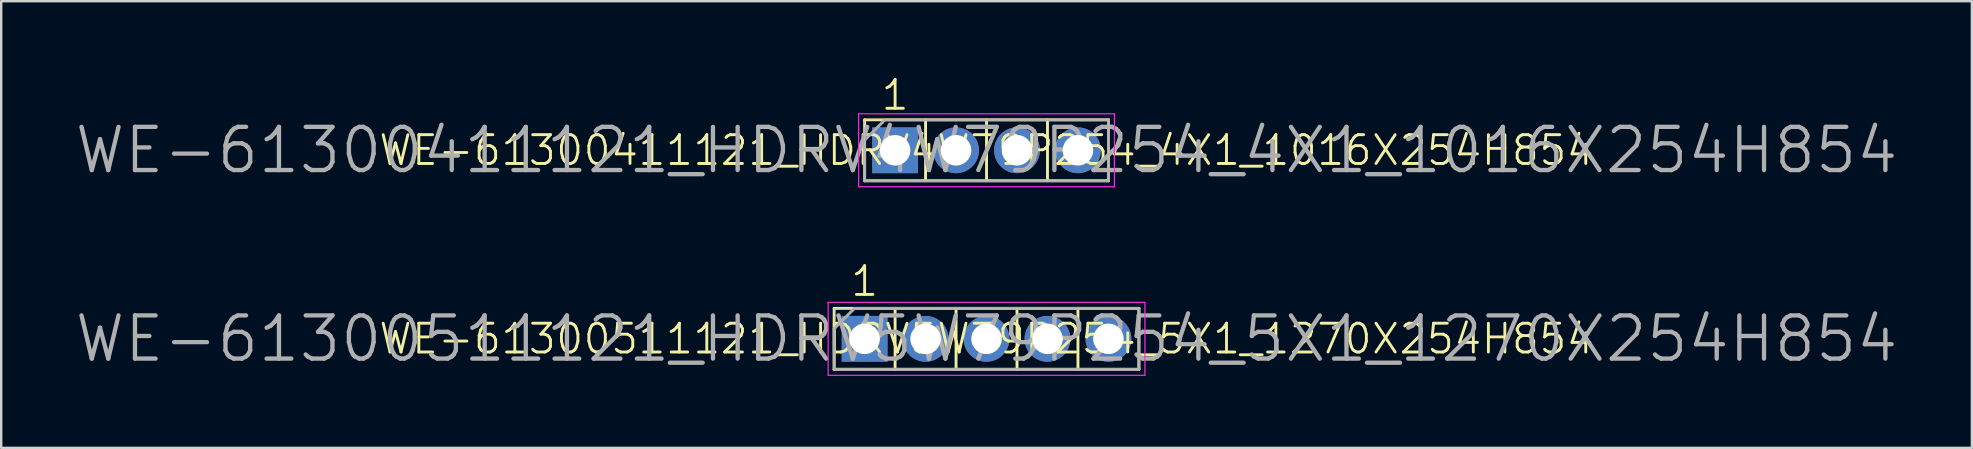
<source format=kicad_pcb>
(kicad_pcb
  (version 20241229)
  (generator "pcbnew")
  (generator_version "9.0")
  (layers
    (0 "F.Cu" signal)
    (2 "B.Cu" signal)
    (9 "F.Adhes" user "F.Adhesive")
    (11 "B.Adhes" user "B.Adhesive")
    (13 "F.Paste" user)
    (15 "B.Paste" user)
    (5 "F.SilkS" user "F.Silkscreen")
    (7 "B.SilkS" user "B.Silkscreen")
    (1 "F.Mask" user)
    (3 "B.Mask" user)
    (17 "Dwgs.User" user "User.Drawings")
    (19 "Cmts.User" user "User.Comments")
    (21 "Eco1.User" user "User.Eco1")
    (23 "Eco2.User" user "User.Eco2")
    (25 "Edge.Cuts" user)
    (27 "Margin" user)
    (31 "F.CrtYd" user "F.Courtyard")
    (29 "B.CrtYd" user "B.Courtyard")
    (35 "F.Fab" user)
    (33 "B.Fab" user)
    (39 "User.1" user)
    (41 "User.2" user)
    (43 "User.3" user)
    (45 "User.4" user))
  (footprint "WE-61300511121_HDRV5W79P254_5X1_1270X254H854"
    (layer "F.Cu")
    (at 32.981 11.07)
    (property "Reference" "WE-61300511121_HDRV5W79P254_5X1_1270X254H854" (at 5.08 0 0) (layer "F.SilkS") (effects (font (size 1.2 1.2) (thickness 0.12))))
    (attr through_hole)
    (fp_line (start -1.27 -1.27) (end 11.43 -1.27) (stroke (width 0.12) (type solid)) (layer "F.SilkS"))
    (fp_line (start -1.27 1.27) (end -1.27 -1.27) (stroke (width 0.12) (type solid)) (layer "F.SilkS"))
    (fp_line (start 1.27 1.27) (end 1.27 -1.27) (stroke (width 0.12) (type solid)) (layer "F.SilkS"))
    (fp_line (start 3.81 1.27) (end 3.81 -1.27) (stroke (width 0.12) (type solid)) (layer "F.SilkS"))
    (fp_line (start 6.35 1.27) (end 6.35 -1.27) (stroke (width 0.12) (type solid)) (layer "F.SilkS"))
    (fp_line (start 8.89 1.27) (end 8.89 -1.27) (stroke (width 0.12) (type solid)) (layer "F.SilkS"))
    (fp_line (start 11.43 -1.27) (end 11.43 1.27) (stroke (width 0.12) (type solid)) (layer "F.SilkS"))
    (fp_line (start 11.43 1.27) (end -1.27 1.27) (stroke (width 0.12) (type solid)) (layer "F.SilkS"))
    (fp_line (start -1.27 -1.27) (end 11.43 -1.27) (stroke (width 0.025) (type solid)) (layer "Dwgs.User"))
    (fp_line (start -1.27 1.27) (end -1.27 -1.27) (stroke (width 0.025) (type solid)) (layer "Dwgs.User"))
    (fp_line (start -0.395 -0.395) (end 0.395 -0.395) (stroke (width 0.025) (type solid)) (layer "Dwgs.User"))
    (fp_line (start -0.395 0.395) (end -0.395 -0.395) (stroke (width 0.025) (type solid)) (layer "Dwgs.User"))
    (fp_line (start 0.395 -0.395) (end 0.395 0.395) (stroke (width 0.025) (type solid)) (layer "Dwgs.User"))
    (fp_line (start 0.395 0.395) (end -0.395 0.395) (stroke (width 0.025) (type solid)) (layer "Dwgs.User"))
    (fp_line (start 2.145 -0.395) (end 2.935 -0.395) (stroke (width 0.025) (type solid)) (layer "Dwgs.User"))
    (fp_line (start 2.145 0.395) (end 2.145 -0.395) (stroke (width 0.025) (type solid)) (layer "Dwgs.User"))
    (fp_line (start 2.935 -0.395) (end 2.935 0.395) (stroke (width 0.025) (type solid)) (layer "Dwgs.User"))
    (fp_line (start 2.935 0.395) (end 2.145 0.395) (stroke (width 0.025) (type solid)) (layer "Dwgs.User"))
    (fp_line (start 4.685 -0.395) (end 5.475 -0.395) (stroke (width 0.025) (type solid)) (layer "Dwgs.User"))
    (fp_line (start 4.685 0.395) (end 4.685 -0.395) (stroke (width 0.025) (type solid)) (layer "Dwgs.User"))
    (fp_line (start 5.475 -0.395) (end 5.475 0.395) (stroke (width 0.025) (type solid)) (layer "Dwgs.User"))
    (fp_line (start 5.475 0.395) (end 4.685 0.395) (stroke (width 0.025) (type solid)) (layer "Dwgs.User"))
    (fp_line (start 7.225 -0.395) (end 8.015 -0.395) (stroke (width 0.025) (type solid)) (layer "Dwgs.User"))
    (fp_line (start 7.225 0.395) (end 7.225 -0.395) (stroke (width 0.025) (type solid)) (layer "Dwgs.User"))
    (fp_line (start 8.015 -0.395) (end 8.015 0.395) (stroke (width 0.025) (type solid)) (layer "Dwgs.User"))
    (fp_line (start 8.015 0.395) (end 7.225 0.395) (stroke (width 0.025) (type solid)) (layer "Dwgs.User"))
    (fp_line (start 9.765 -0.395) (end 10.555 -0.395) (stroke (width 0.025) (type solid)) (layer "Dwgs.User"))
    (fp_line (start 9.765 0.395) (end 9.765 -0.395) (stroke (width 0.025) (type solid)) (layer "Dwgs.User"))
    (fp_line (start 10.555 -0.395) (end 10.555 0.395) (stroke (width 0.025) (type solid)) (layer "Dwgs.User"))
    (fp_line (start 10.555 0.395) (end 9.765 0.395) (stroke (width 0.025) (type solid)) (layer "Dwgs.User"))
    (fp_line (start 11.43 -1.27) (end 11.43 1.27) (stroke (width 0.025) (type solid)) (layer "Dwgs.User"))
    (fp_line (start 11.43 1.27) (end -1.27 1.27) (stroke (width 0.025) (type solid)) (layer "Dwgs.User"))
    (fp_line (start -1.52 -1.52) (end 11.68 -1.52) (stroke (width 0.05) (type solid)) (layer "F.CrtYd"))
    (fp_line (start -1.52 1.52) (end -1.52 -1.52) (stroke (width 0.05) (type solid)) (layer "F.CrtYd"))
    (fp_line (start 0 -0.35) (end 0 0.35) (stroke (width 0.05) (type solid)) (layer "F.CrtYd"))
    (fp_line (start 0.35 0) (end -0.35 0) (stroke (width 0.05) (type solid)) (layer "F.CrtYd"))
    (fp_line (start 11.68 -1.52) (end 11.68 1.52) (stroke (width 0.05) (type solid)) (layer "F.CrtYd"))
    (fp_line (start 11.68 1.52) (end -1.52 1.52) (stroke (width 0.05) (type solid)) (layer "F.CrtYd"))
    (fp_circle (center 0 0) (end 0 0.25) (stroke (width 0.05) (type solid)) (fill no) (layer "F.CrtYd"))
    (fp_line (start -1.27 -0.423) (end -0.423 -1.27) (stroke (width 0.12) (type solid)) (layer "F.Fab"))
    (fp_line (start -1.27 1.27) (end -1.27 -0.423) (stroke (width 0.12) (type solid)) (layer "F.Fab"))
    (fp_line (start -0.423 -1.27) (end 11.43 -1.27) (stroke (width 0.12) (type solid)) (layer "F.Fab"))
    (fp_line (start 11.43 -1.27) (end 11.43 1.27) (stroke (width 0.12) (type solid)) (layer "F.Fab"))
    (fp_line (start 11.43 1.27) (end -1.27 1.27) (stroke (width 0.12) (type solid)) (layer "F.Fab"))
    (fp_text user "1" (at 0 -2.4 0) (layer "F.SilkS") (effects (font (size 1.2 1.2) (thickness 0.12))))
    (fp_text user "${REFERENCE}" (at 5.08 0 0) (layer "F.Fab") (effects (font (size 1.8 1.8) (thickness 0.18))))
    (pad "1" thru_hole rect (at 0 0) (size 1.91 1.91) (drill 1.27) (layers "*.Cu" "*.Mask"))
    (pad "2" thru_hole circle (at 2.54 0) (size 1.91 1.91) (drill 1.27) (layers "*.Cu" "*.Mask"))
    (pad "3" thru_hole circle (at 5.08 0) (size 1.91 1.91) (drill 1.27) (layers "*.Cu" "*.Mask"))
    (pad "4" thru_hole circle (at 7.62 0) (size 1.91 1.91) (drill 1.27) (layers "*.Cu" "*.Mask"))
    (pad "5" thru_hole circle (at 10.16 0) (size 1.91 1.91) (drill 1.27) (layers "*.Cu" "*.Mask")))
  (footprint "WE-61300411121_HDRV4W79P254_4X1_1016X254H854"
    (layer "F.Cu")
    (at 34.251 3.213)
    (property "Reference" "WE-61300411121_HDRV4W79P254_4X1_1016X254H854" (at 3.81 0 0) (layer "F.SilkS") (effects (font (size 1.2 1.2) (thickness 0.12))))
    (attr through_hole)
    (fp_line (start -1.27 -1.27) (end 8.89 -1.27) (stroke (width 0.12) (type solid)) (layer "F.SilkS"))
    (fp_line (start -1.27 1.27) (end -1.27 -1.27) (stroke (width 0.12) (type solid)) (layer "F.SilkS"))
    (fp_line (start 1.27 1.27) (end 1.27 -1.27) (stroke (width 0.12) (type solid)) (layer "F.SilkS"))
    (fp_line (start 3.81 1.27) (end 3.81 -1.27) (stroke (width 0.12) (type solid)) (layer "F.SilkS"))
    (fp_line (start 6.35 1.27) (end 6.35 -1.27) (stroke (width 0.12) (type solid)) (layer "F.SilkS"))
    (fp_line (start 8.89 -1.27) (end 8.89 1.27) (stroke (width 0.12) (type solid)) (layer "F.SilkS"))
    (fp_line (start 8.89 1.27) (end -1.27 1.27) (stroke (width 0.12) (type solid)) (layer "F.SilkS"))
    (fp_line (start -1.27 -1.27) (end 8.89 -1.27) (stroke (width 0.025) (type solid)) (layer "Dwgs.User"))
    (fp_line (start -1.27 1.27) (end -1.27 -1.27) (stroke (width 0.025) (type solid)) (layer "Dwgs.User"))
    (fp_line (start -0.395 -0.395) (end 0.395 -0.395) (stroke (width 0.025) (type solid)) (layer "Dwgs.User"))
    (fp_line (start -0.395 0.395) (end -0.395 -0.395) (stroke (width 0.025) (type solid)) (layer "Dwgs.User"))
    (fp_line (start 0.395 -0.395) (end 0.395 0.395) (stroke (width 0.025) (type solid)) (layer "Dwgs.User"))
    (fp_line (start 0.395 0.395) (end -0.395 0.395) (stroke (width 0.025) (type solid)) (layer "Dwgs.User"))
    (fp_line (start 2.145 -0.395) (end 2.935 -0.395) (stroke (width 0.025) (type solid)) (layer "Dwgs.User"))
    (fp_line (start 2.145 0.395) (end 2.145 -0.395) (stroke (width 0.025) (type solid)) (layer "Dwgs.User"))
    (fp_line (start 2.935 -0.395) (end 2.935 0.395) (stroke (width 0.025) (type solid)) (layer "Dwgs.User"))
    (fp_line (start 2.935 0.395) (end 2.145 0.395) (stroke (width 0.025) (type solid)) (layer "Dwgs.User"))
    (fp_line (start 4.685 -0.395) (end 5.475 -0.395) (stroke (width 0.025) (type solid)) (layer "Dwgs.User"))
    (fp_line (start 4.685 0.395) (end 4.685 -0.395) (stroke (width 0.025) (type solid)) (layer "Dwgs.User"))
    (fp_line (start 5.475 -0.395) (end 5.475 0.395) (stroke (width 0.025) (type solid)) (layer "Dwgs.User"))
    (fp_line (start 5.475 0.395) (end 4.685 0.395) (stroke (width 0.025) (type solid)) (layer "Dwgs.User"))
    (fp_line (start 7.225 -0.395) (end 8.015 -0.395) (stroke (width 0.025) (type solid)) (layer "Dwgs.User"))
    (fp_line (start 7.225 0.395) (end 7.225 -0.395) (stroke (width 0.025) (type solid)) (layer "Dwgs.User"))
    (fp_line (start 8.015 -0.395) (end 8.015 0.395) (stroke (width 0.025) (type solid)) (layer "Dwgs.User"))
    (fp_line (start 8.015 0.395) (end 7.225 0.395) (stroke (width 0.025) (type solid)) (layer "Dwgs.User"))
    (fp_line (start 8.89 -1.27) (end 8.89 1.27) (stroke (width 0.025) (type solid)) (layer "Dwgs.User"))
    (fp_line (start 8.89 1.27) (end -1.27 1.27) (stroke (width 0.025) (type solid)) (layer "Dwgs.User"))
    (fp_line (start -1.52 -1.52) (end 9.14 -1.52) (stroke (width 0.05) (type solid)) (layer "F.CrtYd"))
    (fp_line (start -1.52 1.52) (end -1.52 -1.52) (stroke (width 0.05) (type solid)) (layer "F.CrtYd"))
    (fp_line (start 0 -0.35) (end 0 0.35) (stroke (width 0.05) (type solid)) (layer "F.CrtYd"))
    (fp_line (start 0.35 0) (end -0.35 0) (stroke (width 0.05) (type solid)) (layer "F.CrtYd"))
    (fp_line (start 9.14 -1.52) (end 9.14 1.52) (stroke (width 0.05) (type solid)) (layer "F.CrtYd"))
    (fp_line (start 9.14 1.52) (end -1.52 1.52) (stroke (width 0.05) (type solid)) (layer "F.CrtYd"))
    (fp_circle (center 0 0) (end 0 0.25) (stroke (width 0.05) (type solid)) (fill no) (layer "F.CrtYd"))
    (fp_line (start -1.27 -0.423) (end -0.423 -1.27) (stroke (width 0.12) (type solid)) (layer "F.Fab"))
    (fp_line (start -1.27 1.27) (end -1.27 -0.423) (stroke (width 0.12) (type solid)) (layer "F.Fab"))
    (fp_line (start -0.423 -1.27) (end 8.89 -1.27) (stroke (width 0.12) (type solid)) (layer "F.Fab"))
    (fp_line (start 8.89 -1.27) (end 8.89 1.27) (stroke (width 0.12) (type solid)) (layer "F.Fab"))
    (fp_line (start 8.89 1.27) (end -1.27 1.27) (stroke (width 0.12) (type solid)) (layer "F.Fab"))
    (fp_text user "1" (at 0 -2.3 0) (layer "F.SilkS") (effects (font (size 1.2 1.2) (thickness 0.12))))
    (fp_text user "${REFERENCE}" (at 3.81 0 0) (layer "F.Fab") (effects (font (size 1.8 1.8) (thickness 0.18))))
    (pad "1" thru_hole rect (at 0 0) (size 1.91 1.91) (drill 1.27) (layers "*.Cu" "*.Mask"))
    (pad "2" thru_hole circle (at 2.54 0) (size 1.91 1.91) (drill 1.27) (layers "*.Cu" "*.Mask"))
    (pad "3" thru_hole circle (at 5.08 0) (size 1.91 1.91) (drill 1.27) (layers "*.Cu" "*.Mask"))
    (pad "4" thru_hole circle (at 7.62 0) (size 1.91 1.91) (drill 1.27) (layers "*.Cu" "*.Mask")))
  (gr_rect
    (start -3 -3)
    (end 79.123 15.615)
    (stroke (width 0.1) (type default))
    (fill no)
    (layer "Edge.Cuts")))
</source>
